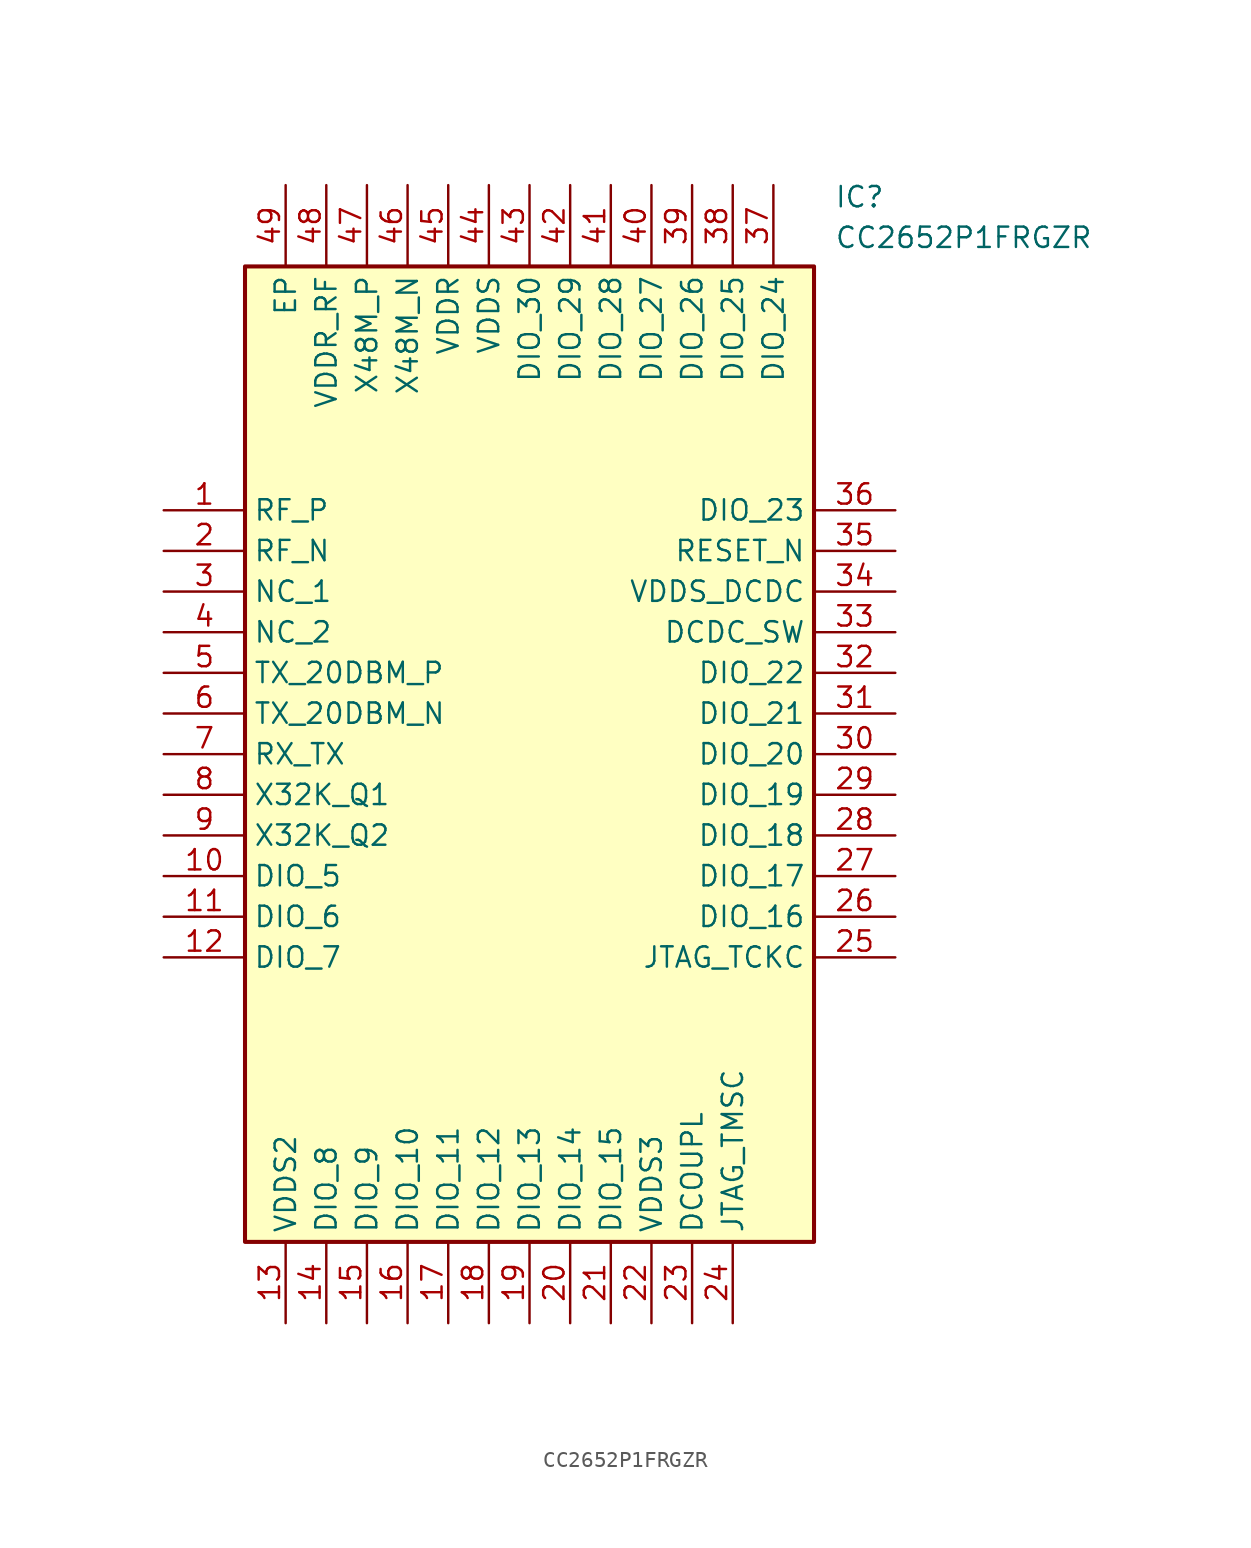
<source format=kicad_sym>
(kicad_symbol_lib
  (version 20211014)
  (generator SamacSys_ECAD_Model)
  (symbol "CC2652P1FRGZR"
    (property "Reference" "IC"
      (at 41.91 20.32 0)
      (effects (font (size 1.27 1.27)) (justify left top)))
    (property "Value" "CC2652P1FRGZR"
      (at 41.91 17.78 0)
      (effects (font (size 1.27 1.27)) (justify left top)))
    (rectangle
      (start 5.08 15.24)
      (end 40.64 -45.72)
      (stroke (width 0.254) (type default))
      (fill (type background)))
    (pin passive line
      (at 0 0 0)
      (length 5.08)
      (name "RF_P" (effects (font (size 1.27 1.27))))
      (number "1" (effects (font (size 1.27 1.27)))))
    (pin passive line
      (at 0 -2.54 0)
      (length 5.08)
      (name "RF_N" (effects (font (size 1.27 1.27))))
      (number "2" (effects (font (size 1.27 1.27)))))
    (pin passive line
      (at 0 -5.08 0)
      (length 5.08)
      (name "NC_1" (effects (font (size 1.27 1.27))))
      (number "3" (effects (font (size 1.27 1.27)))))
    (pin passive line
      (at 0 -7.62 0)
      (length 5.08)
      (name "NC_2" (effects (font (size 1.27 1.27))))
      (number "4" (effects (font (size 1.27 1.27)))))
    (pin passive line
      (at 0 -10.16 0)
      (length 5.08)
      (name "TX_20DBM_P" (effects (font (size 1.27 1.27))))
      (number "5" (effects (font (size 1.27 1.27)))))
    (pin passive line
      (at 0 -12.7 0)
      (length 5.08)
      (name "TX_20DBM_N" (effects (font (size 1.27 1.27))))
      (number "6" (effects (font (size 1.27 1.27)))))
    (pin passive line
      (at 0 -15.24 0)
      (length 5.08)
      (name "RX_TX" (effects (font (size 1.27 1.27))))
      (number "7" (effects (font (size 1.27 1.27)))))
    (pin passive line
      (at 0 -17.78 0)
      (length 5.08)
      (name "X32K_Q1" (effects (font (size 1.27 1.27))))
      (number "8" (effects (font (size 1.27 1.27)))))
    (pin passive line
      (at 0 -20.32 0)
      (length 5.08)
      (name "X32K_Q2" (effects (font (size 1.27 1.27))))
      (number "9" (effects (font (size 1.27 1.27)))))
    (pin passive line
      (at 0 -22.86 0)
      (length 5.08)
      (name "DIO_5" (effects (font (size 1.27 1.27))))
      (number "10" (effects (font (size 1.27 1.27)))))
    (pin passive line
      (at 0 -25.4 0)
      (length 5.08)
      (name "DIO_6" (effects (font (size 1.27 1.27))))
      (number "11" (effects (font (size 1.27 1.27)))))
    (pin passive line
      (at 0 -27.94 0)
      (length 5.08)
      (name "DIO_7" (effects (font (size 1.27 1.27))))
      (number "12" (effects (font (size 1.27 1.27)))))
    (pin passive line
      (at 7.62 -50.8 90)
      (length 5.08)
      (name "VDDS2" (effects (font (size 1.27 1.27))))
      (number "13" (effects (font (size 1.27 1.27)))))
    (pin passive line
      (at 10.16 -50.8 90)
      (length 5.08)
      (name "DIO_8" (effects (font (size 1.27 1.27))))
      (number "14" (effects (font (size 1.27 1.27)))))
    (pin passive line
      (at 12.7 -50.8 90)
      (length 5.08)
      (name "DIO_9" (effects (font (size 1.27 1.27))))
      (number "15" (effects (font (size 1.27 1.27)))))
    (pin passive line
      (at 15.24 -50.8 90)
      (length 5.08)
      (name "DIO_10" (effects (font (size 1.27 1.27))))
      (number "16" (effects (font (size 1.27 1.27)))))
    (pin passive line
      (at 17.78 -50.8 90)
      (length 5.08)
      (name "DIO_11" (effects (font (size 1.27 1.27))))
      (number "17" (effects (font (size 1.27 1.27)))))
    (pin passive line
      (at 20.32 -50.8 90)
      (length 5.08)
      (name "DIO_12" (effects (font (size 1.27 1.27))))
      (number "18" (effects (font (size 1.27 1.27)))))
    (pin passive line
      (at 22.86 -50.8 90)
      (length 5.08)
      (name "DIO_13" (effects (font (size 1.27 1.27))))
      (number "19" (effects (font (size 1.27 1.27)))))
    (pin passive line
      (at 25.4 -50.8 90)
      (length 5.08)
      (name "DIO_14" (effects (font (size 1.27 1.27))))
      (number "20" (effects (font (size 1.27 1.27)))))
    (pin passive line
      (at 27.94 -50.8 90)
      (length 5.08)
      (name "DIO_15" (effects (font (size 1.27 1.27))))
      (number "21" (effects (font (size 1.27 1.27)))))
    (pin passive line
      (at 30.48 -50.8 90)
      (length 5.08)
      (name "VDDS3" (effects (font (size 1.27 1.27))))
      (number "22" (effects (font (size 1.27 1.27)))))
    (pin passive line
      (at 33.02 -50.8 90)
      (length 5.08)
      (name "DCOUPL" (effects (font (size 1.27 1.27))))
      (number "23" (effects (font (size 1.27 1.27)))))
    (pin passive line
      (at 35.56 -50.8 90)
      (length 5.08)
      (name "JTAG_TMSC" (effects (font (size 1.27 1.27))))
      (number "24" (effects (font (size 1.27 1.27)))))
    (pin passive line
      (at 45.72 0 180)
      (length 5.08)
      (name "DIO_23" (effects (font (size 1.27 1.27))))
      (number "36" (effects (font (size 1.27 1.27)))))
    (pin passive line
      (at 45.72 -2.54 180)
      (length 5.08)
      (name "RESET_N" (effects (font (size 1.27 1.27))))
      (number "35" (effects (font (size 1.27 1.27)))))
    (pin passive line
      (at 45.72 -5.08 180)
      (length 5.08)
      (name "VDDS_DCDC" (effects (font (size 1.27 1.27))))
      (number "34" (effects (font (size 1.27 1.27)))))
    (pin passive line
      (at 45.72 -7.62 180)
      (length 5.08)
      (name "DCDC_SW" (effects (font (size 1.27 1.27))))
      (number "33" (effects (font (size 1.27 1.27)))))
    (pin passive line
      (at 45.72 -10.16 180)
      (length 5.08)
      (name "DIO_22" (effects (font (size 1.27 1.27))))
      (number "32" (effects (font (size 1.27 1.27)))))
    (pin passive line
      (at 45.72 -12.7 180)
      (length 5.08)
      (name "DIO_21" (effects (font (size 1.27 1.27))))
      (number "31" (effects (font (size 1.27 1.27)))))
    (pin passive line
      (at 45.72 -15.24 180)
      (length 5.08)
      (name "DIO_20" (effects (font (size 1.27 1.27))))
      (number "30" (effects (font (size 1.27 1.27)))))
    (pin passive line
      (at 45.72 -17.78 180)
      (length 5.08)
      (name "DIO_19" (effects (font (size 1.27 1.27))))
      (number "29" (effects (font (size 1.27 1.27)))))
    (pin passive line
      (at 45.72 -20.32 180)
      (length 5.08)
      (name "DIO_18" (effects (font (size 1.27 1.27))))
      (number "28" (effects (font (size 1.27 1.27)))))
    (pin passive line
      (at 45.72 -22.86 180)
      (length 5.08)
      (name "DIO_17" (effects (font (size 1.27 1.27))))
      (number "27" (effects (font (size 1.27 1.27)))))
    (pin passive line
      (at 45.72 -25.4 180)
      (length 5.08)
      (name "DIO_16" (effects (font (size 1.27 1.27))))
      (number "26" (effects (font (size 1.27 1.27)))))
    (pin passive line
      (at 45.72 -27.94 180)
      (length 5.08)
      (name "JTAG_TCKC" (effects (font (size 1.27 1.27))))
      (number "25" (effects (font (size 1.27 1.27)))))
    (pin passive line
      (at 7.62 20.32 270)
      (length 5.08)
      (name "EP" (effects (font (size 1.27 1.27))))
      (number "49" (effects (font (size 1.27 1.27)))))
    (pin passive line
      (at 10.16 20.32 270)
      (length 5.08)
      (name "VDDR_RF" (effects (font (size 1.27 1.27))))
      (number "48" (effects (font (size 1.27 1.27)))))
    (pin passive line
      (at 12.7 20.32 270)
      (length 5.08)
      (name "X48M_P" (effects (font (size 1.27 1.27))))
      (number "47" (effects (font (size 1.27 1.27)))))
    (pin passive line
      (at 15.24 20.32 270)
      (length 5.08)
      (name "X48M_N" (effects (font (size 1.27 1.27))))
      (number "46" (effects (font (size 1.27 1.27)))))
    (pin passive line
      (at 17.78 20.32 270)
      (length 5.08)
      (name "VDDR" (effects (font (size 1.27 1.27))))
      (number "45" (effects (font (size 1.27 1.27)))))
    (pin passive line
      (at 20.32 20.32 270)
      (length 5.08)
      (name "VDDS" (effects (font (size 1.27 1.27))))
      (number "44" (effects (font (size 1.27 1.27)))))
    (pin passive line
      (at 22.86 20.32 270)
      (length 5.08)
      (name "DIO_30" (effects (font (size 1.27 1.27))))
      (number "43" (effects (font (size 1.27 1.27)))))
    (pin passive line
      (at 25.4 20.32 270)
      (length 5.08)
      (name "DIO_29" (effects (font (size 1.27 1.27))))
      (number "42" (effects (font (size 1.27 1.27)))))
    (pin passive line
      (at 27.94 20.32 270)
      (length 5.08)
      (name "DIO_28" (effects (font (size 1.27 1.27))))
      (number "41" (effects (font (size 1.27 1.27)))))
    (pin passive line
      (at 30.48 20.32 270)
      (length 5.08)
      (name "DIO_27" (effects (font (size 1.27 1.27))))
      (number "40" (effects (font (size 1.27 1.27)))))
    (pin passive line
      (at 33.02 20.32 270)
      (length 5.08)
      (name "DIO_26" (effects (font (size 1.27 1.27))))
      (number "39" (effects (font (size 1.27 1.27)))))
    (pin passive line
      (at 35.56 20.32 270)
      (length 5.08)
      (name "DIO_25" (effects (font (size 1.27 1.27))))
      (number "38" (effects (font (size 1.27 1.27)))))
    (pin passive line
      (at 38.1 20.32 270)
      (length 5.08)
      (name "DIO_24" (effects (font (size 1.27 1.27))))
      (number "37" (effects (font (size 1.27 1.27)))))))
</source>
